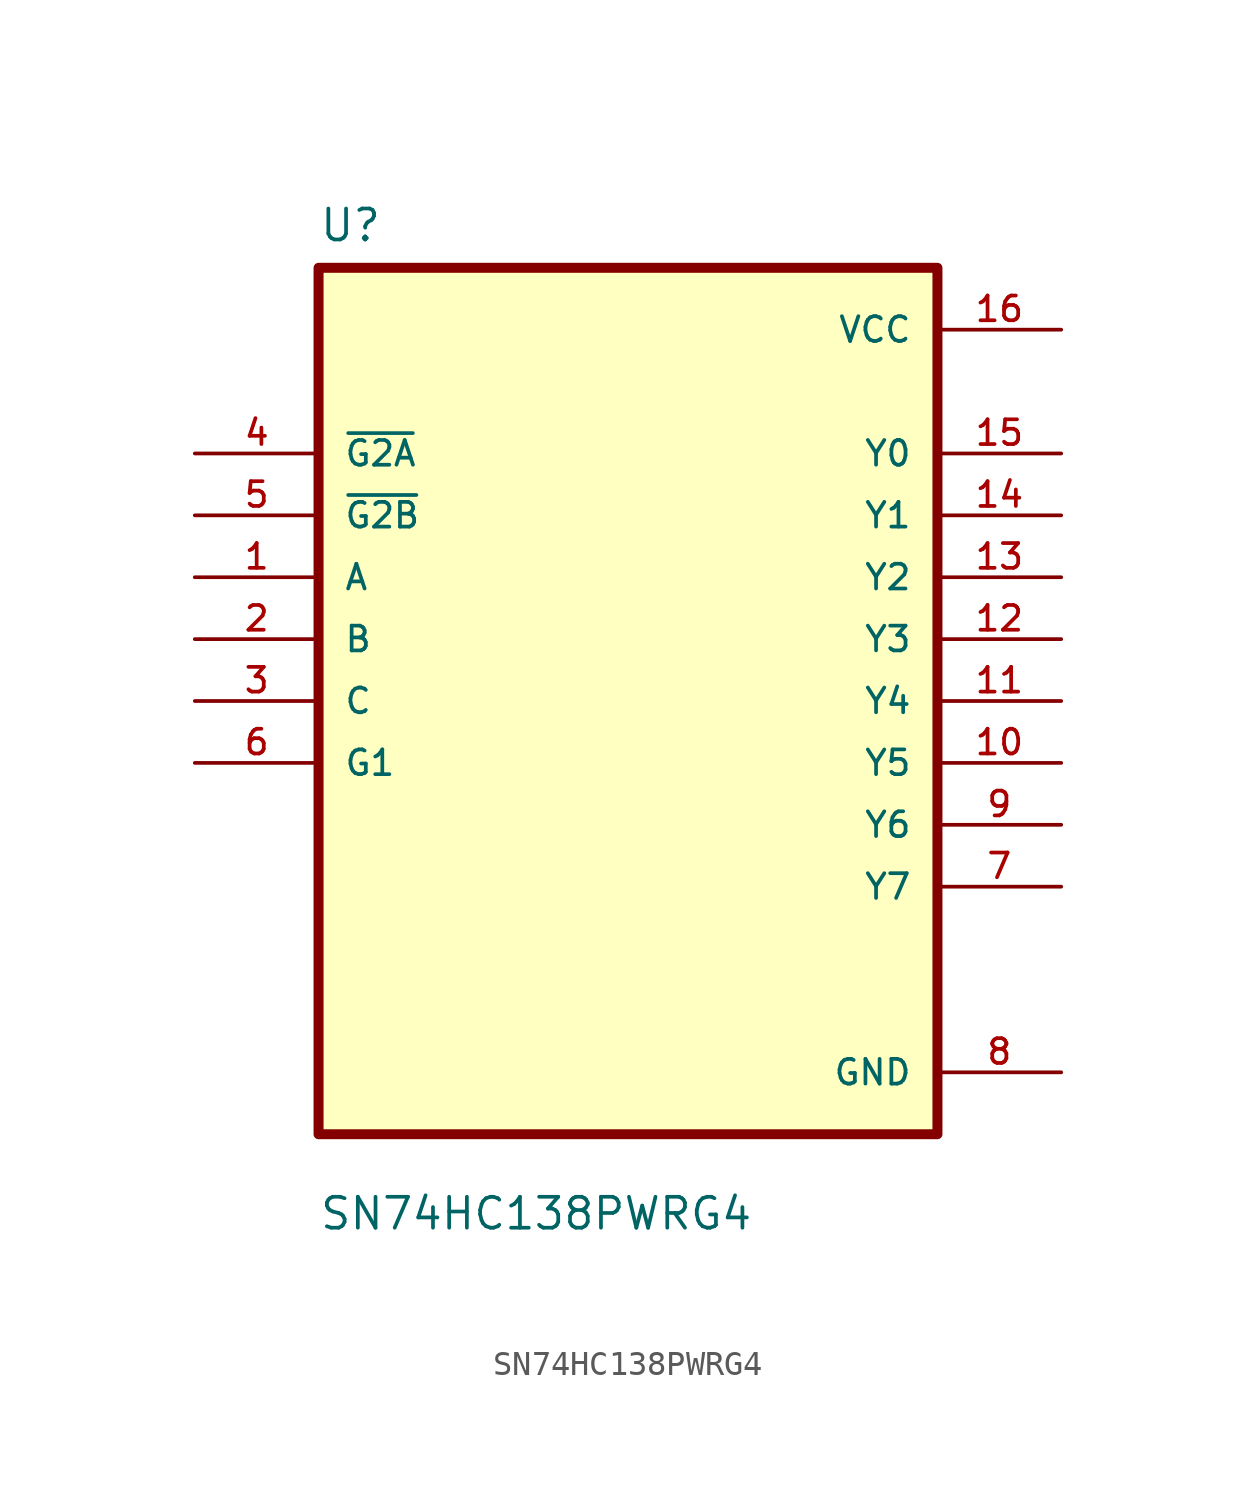
<source format=kicad_sym>
(kicad_symbol_lib
  (version 20211014)
  (generator kicad_symbol_editor)
  (symbol "SN74HC138PWRG4"
    (pin_names
      (offset 1.016))
    (property "Reference" "U"
      (at -12.7 18.78 0.0)
      (effects (font (size 1.27 1.27)) (justify bottom left)))
    (property "Value" "SN74HC138PWRG4"
      (at -12.7 -21.78 0.0)
      (effects (font (size 1.27 1.27)) (justify bottom left)))
    (symbol "SN74HC138PWRG4_0_0"
      (rectangle (start -12.7 -17.78) (end 12.7 17.78) (stroke (width 0.41)) (fill (type background)))
      (pin input line (at -17.78 10.16 0) (length 5.08) (name "~{G2A}" (effects (font (size 1.016 1.016)))) (number "4" (effects (font (size 1.016 1.016)))))
      (pin input line (at -17.78 7.62 0) (length 5.08) (name "~{G2B}" (effects (font (size 1.016 1.016)))) (number "5" (effects (font (size 1.016 1.016)))))
      (pin input line (at -17.78 5.08 0) (length 5.08) (name "A" (effects (font (size 1.016 1.016)))) (number "1" (effects (font (size 1.016 1.016)))))
      (pin input line (at -17.78 2.54 0) (length 5.08) (name "B" (effects (font (size 1.016 1.016)))) (number "2" (effects (font (size 1.016 1.016)))))
      (pin input line (at -17.78 0.0 0) (length 5.08) (name "C" (effects (font (size 1.016 1.016)))) (number "3" (effects (font (size 1.016 1.016)))))
      (pin input line (at -17.78 -2.54 0) (length 5.08) (name "G1" (effects (font (size 1.016 1.016)))) (number "6" (effects (font (size 1.016 1.016)))))
      (pin power_in line (at 17.78 15.24 180.0) (length 5.08) (name "VCC" (effects (font (size 1.016 1.016)))) (number "16" (effects (font (size 1.016 1.016)))))
      (pin output line (at 17.78 10.16 180.0) (length 5.08) (name "Y0" (effects (font (size 1.016 1.016)))) (number "15" (effects (font (size 1.016 1.016)))))
      (pin output line (at 17.78 7.62 180.0) (length 5.08) (name "Y1" (effects (font (size 1.016 1.016)))) (number "14" (effects (font (size 1.016 1.016)))))
      (pin output line (at 17.78 5.08 180.0) (length 5.08) (name "Y2" (effects (font (size 1.016 1.016)))) (number "13" (effects (font (size 1.016 1.016)))))
      (pin output line (at 17.78 2.54 180.0) (length 5.08) (name "Y3" (effects (font (size 1.016 1.016)))) (number "12" (effects (font (size 1.016 1.016)))))
      (pin output line (at 17.78 1.77636e-15 180.0) (length 5.08) (name "Y4" (effects (font (size 1.016 1.016)))) (number "11" (effects (font (size 1.016 1.016)))))
      (pin output line (at 17.78 -2.54 180.0) (length 5.08) (name "Y5" (effects (font (size 1.016 1.016)))) (number "10" (effects (font (size 1.016 1.016)))))
      (pin output line (at 17.78 -5.08 180.0) (length 5.08) (name "Y6" (effects (font (size 1.016 1.016)))) (number "9" (effects (font (size 1.016 1.016)))))
      (pin output line (at 17.78 -7.62 180.0) (length 5.08) (name "Y7" (effects (font (size 1.016 1.016)))) (number "7" (effects (font (size 1.016 1.016)))))
      (pin power_in line (at 17.78 -15.24 180.0) (length 5.08) (name "GND" (effects (font (size 1.016 1.016)))) (number "8" (effects (font (size 1.016 1.016))))))))
</source>
